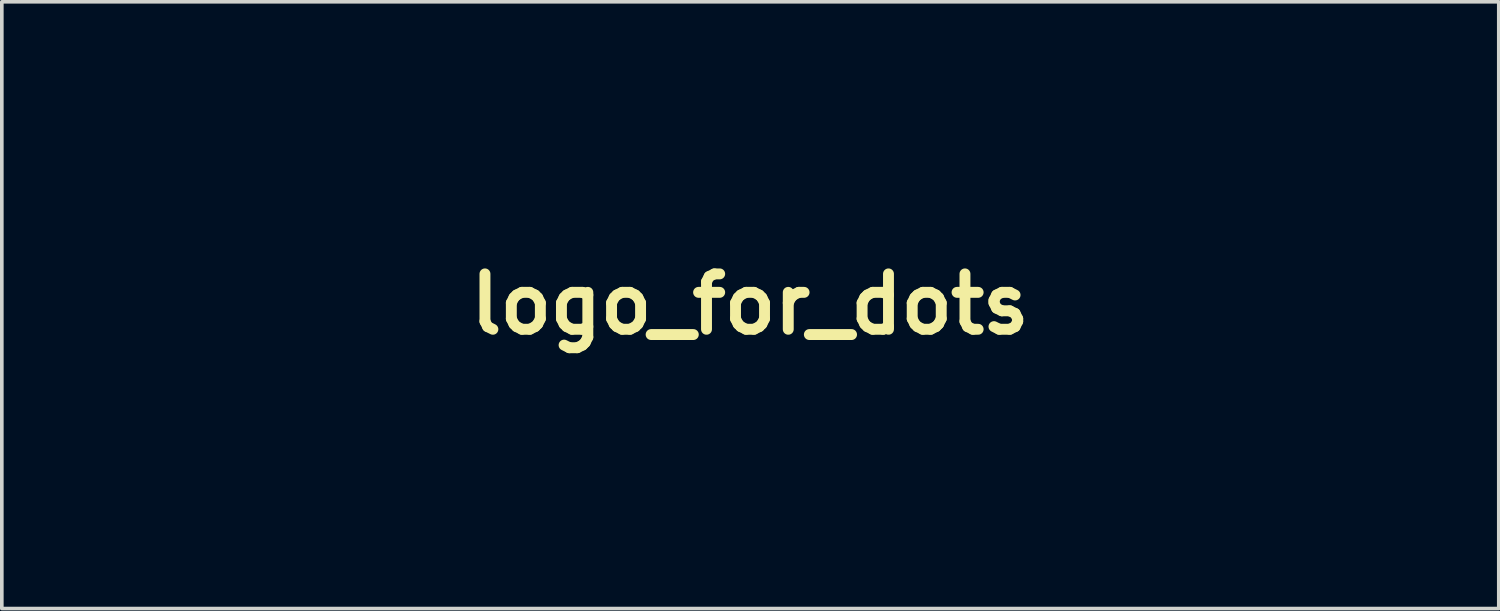
<source format=kicad_pcb>
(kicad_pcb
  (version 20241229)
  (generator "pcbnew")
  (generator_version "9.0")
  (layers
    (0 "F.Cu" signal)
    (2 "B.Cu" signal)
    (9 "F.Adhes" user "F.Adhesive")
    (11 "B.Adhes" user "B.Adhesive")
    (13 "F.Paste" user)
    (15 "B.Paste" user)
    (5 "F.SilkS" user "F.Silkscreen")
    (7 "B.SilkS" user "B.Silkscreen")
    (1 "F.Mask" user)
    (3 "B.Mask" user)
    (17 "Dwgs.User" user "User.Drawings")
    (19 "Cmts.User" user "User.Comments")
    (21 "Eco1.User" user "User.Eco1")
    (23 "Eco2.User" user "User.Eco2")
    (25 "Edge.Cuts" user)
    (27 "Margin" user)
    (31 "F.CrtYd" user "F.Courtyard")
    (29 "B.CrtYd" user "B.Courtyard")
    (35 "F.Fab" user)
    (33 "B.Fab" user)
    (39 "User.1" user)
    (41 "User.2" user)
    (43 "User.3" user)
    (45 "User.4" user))
  (footprint "logo_for_dots"
    (layer "F.Cu")
    (at 17.588 5.321)
    (property "Reference" "logo_for_dots" (at 0 0 0) (layer "F.SilkS") (effects (font (size 1.524 1.524) (thickness 0.3))))
    (attr through_hole)
    (fp_poly (pts (xy -8.178 -3.71) (xy -8.085 -3.615) (xy -7.986 -3.483) (xy -7.914 -3.363) (xy -7.791 -3.129) (xy -7.86 -2.989) (xy -7.901 -2.912) (xy -7.943 -2.869) (xy -8.008 -2.848) (xy -8.119 -2.839) (xy -8.153 -2.838) (xy -8.378 -2.827) (xy -8.67 -3.125) (xy -8.801 -3.262) (xy -8.888 -3.362) (xy -8.937 -3.438) (xy -8.959 -3.5) (xy -8.963 -3.54) (xy -8.951 -3.629) (xy -8.91 -3.691) (xy -8.826 -3.735) (xy -8.687 -3.769) (xy -8.586 -3.785) (xy -8.318 -3.823) (xy -8.178 -3.71)) (stroke (width 0.01) (type solid)) (fill yes) (layer "F.Mask"))
    (fp_poly (pts (xy -7.18 -4.927) (xy -7.057 -4.883) (xy -6.938 -4.824) (xy -6.846 -4.76) (xy -6.803 -4.704) (xy -6.781 -4.626) (xy -6.746 -4.51) (xy -6.721 -4.433) (xy -6.66 -4.24) (xy -6.75 -4.171) (xy -6.908 -4.081) (xy -7.057 -4.056) (xy -7.114 -4.065) (xy -7.218 -4.101) (xy -7.284 -4.131) (xy -7.344 -4.191) (xy -7.412 -4.297) (xy -7.476 -4.428) (xy -7.524 -4.558) (xy -7.547 -4.666) (xy -7.547 -4.679) (xy -7.516 -4.784) (xy -7.438 -4.877) (xy -7.337 -4.935) (xy -7.285 -4.944) (xy -7.18 -4.927)) (stroke (width 0.01) (type solid)) (fill yes) (layer "F.Mask"))
    (fp_poly (pts (xy -3.272 -4.236) (xy -3.168 -4.206) (xy -3.123 -4.15) (xy -3.137 -4.067) (xy -3.211 -3.951) (xy -3.344 -3.799) (xy -3.438 -3.703) (xy -3.601 -3.547) (xy -3.73 -3.44) (xy -3.834 -3.374) (xy -3.905 -3.345) (xy -4.089 -3.307) (xy -4.218 -3.314) (xy -4.274 -3.346) (xy -4.303 -3.409) (xy -4.318 -3.507) (xy -4.318 -3.524) (xy -4.314 -3.585) (xy -4.295 -3.64) (xy -4.253 -3.701) (xy -4.178 -3.78) (xy -4.061 -3.889) (xy -3.991 -3.952) (xy -3.664 -4.245) (xy -3.436 -4.245) (xy -3.272 -4.236)) (stroke (width 0.01) (type solid)) (fill yes) (layer "F.Mask"))
    (fp_poly (pts (xy -4.341 -0.307) (xy -4.167 -0.255) (xy -3.998 -0.178) (xy -3.85 -0.086) (xy -3.737 0.015) (xy -3.674 0.114) (xy -3.665 0.161) (xy -3.698 0.262) (xy -3.787 0.355) (xy -3.913 0.427) (xy -4.06 0.467) (xy -4.127 0.472) (xy -4.207 0.464) (xy -4.288 0.434) (xy -4.386 0.373) (xy -4.52 0.272) (xy -4.53 0.264) (xy -4.648 0.164) (xy -4.744 0.071) (xy -4.802 -0.001) (xy -4.812 -0.022) (xy -4.81 -0.108) (xy -4.776 -0.208) (xy -4.774 -0.214) (xy -4.735 -0.278) (xy -4.69 -0.312) (xy -4.614 -0.324) (xy -4.508 -0.326) (xy -4.341 -0.307)) (stroke (width 0.01) (type solid)) (fill yes) (layer "F.Mask"))
    (fp_poly (pts (xy -8.215 -1.738) (xy -8.201 -1.731) (xy -8.118 -1.664) (xy -8.105 -1.578) (xy -8.161 -1.473) (xy -8.225 -1.403) (xy -8.306 -1.328) (xy -8.366 -1.28) (xy -8.385 -1.27) (xy -8.424 -1.251) (xy -8.507 -1.202) (xy -8.619 -1.131) (xy -8.656 -1.107) (xy -8.789 -1.023) (xy -8.889 -0.974) (xy -8.98 -0.95) (xy -9.087 -0.944) (xy -9.109 -0.943) (xy -9.248 -0.951) (xy -9.335 -0.979) (xy -9.374 -1.01) (xy -9.424 -1.086) (xy -9.421 -1.159) (xy -9.362 -1.246) (xy -9.298 -1.31) (xy -9.048 -1.52) (xy -8.811 -1.669) (xy -8.59 -1.756) (xy -8.39 -1.779) (xy -8.215 -1.738)) (stroke (width 0.01) (type solid)) (fill yes) (layer "F.Mask"))
    (fp_poly (pts (xy -3.729 -1.95) (xy -3.591 -1.926) (xy -3.437 -1.894) (xy -3.292 -1.857) (xy -3.178 -1.822) (xy -3.125 -1.799) (xy -3.092 -1.741) (xy -3.086 -1.645) (xy -3.107 -1.539) (xy -3.151 -1.45) (xy -3.152 -1.448) (xy -3.201 -1.401) (xy -3.266 -1.374) (xy -3.368 -1.361) (xy -3.47 -1.356) (xy -3.626 -1.359) (xy -3.777 -1.373) (xy -3.873 -1.392) (xy -3.989 -1.437) (xy -4.086 -1.496) (xy -4.104 -1.512) (xy -4.152 -1.569) (xy -4.162 -1.627) (xy -4.14 -1.718) (xy -4.137 -1.729) (xy -4.079 -1.86) (xy -3.997 -1.932) (xy -3.874 -1.958) (xy -3.83 -1.959) (xy -3.729 -1.95)) (stroke (width 0.01) (type solid)) (fill yes) (layer "F.Mask"))
    (fp_poly (pts (xy -7.531 -0.67) (xy -7.46 -0.641) (xy -7.382 -0.575) (xy -7.347 -0.504) (xy -7.358 -0.422) (xy -7.418 -0.321) (xy -7.53 -0.195) (xy -7.698 -0.039) (xy -7.809 0.057) (xy -7.948 0.173) (xy -8.046 0.25) (xy -8.121 0.296) (xy -8.187 0.318) (xy -8.26 0.326) (xy -8.319 0.327) (xy -8.463 0.314) (xy -8.572 0.281) (xy -8.592 0.27) (xy -8.658 0.205) (xy -8.676 0.129) (xy -8.644 0.036) (xy -8.559 -0.083) (xy -8.417 -0.235) (xy -8.391 -0.26) (xy -8.263 -0.381) (xy -8.14 -0.488) (xy -8.04 -0.566) (xy -7.993 -0.596) (xy -7.832 -0.655) (xy -7.671 -0.68) (xy -7.531 -0.67)) (stroke (width 0.01) (type solid)) (fill yes) (layer "F.Mask"))
    (fp_poly (pts (xy -5.178 -5.304) (xy -5.11 -5.262) (xy -5.086 -5.178) (xy -5.102 -5.042) (xy -5.111 -4.998) (xy -5.186 -4.768) (xy -5.298 -4.567) (xy -5.437 -4.41) (xy -5.552 -4.33) (xy -5.681 -4.271) (xy -5.772 -4.251) (xy -5.848 -4.267) (xy -5.906 -4.302) (xy -5.954 -4.36) (xy -5.983 -4.44) (xy -5.991 -4.517) (xy -5.972 -4.566) (xy -5.954 -4.572) (xy -5.922 -4.603) (xy -5.897 -4.672) (xy -5.865 -4.744) (xy -5.799 -4.854) (xy -5.71 -4.983) (xy -5.664 -5.044) (xy -5.565 -5.17) (xy -5.495 -5.25) (xy -5.439 -5.294) (xy -5.382 -5.312) (xy -5.311 -5.316) (xy -5.298 -5.316) (xy -5.178 -5.304)) (stroke (width 0.01) (type solid)) (fill yes) (layer "F.Mask"))
    (fp_poly (pts (xy -6.407 0.786) (xy -6.321 0.836) (xy -6.254 0.925) (xy -6.22 1.008) (xy -6.196 1.098) (xy -6.159 1.223) (xy -6.133 1.306) (xy -6.101 1.439) (xy -6.071 1.631) (xy -6.044 1.868) (xy -6.022 2.135) (xy -6.004 2.42) (xy -5.993 2.707) (xy -5.989 2.984) (xy -5.992 3.18) (xy -5.999 3.385) (xy -6.009 3.529) (xy -6.023 3.627) (xy -6.044 3.69) (xy -6.069 3.727) (xy -6.117 3.794) (xy -6.132 3.836) (xy -6.165 3.871) (xy -6.25 3.901) (xy -6.366 3.923) (xy -6.493 3.935) (xy -6.61 3.933) (xy -6.696 3.916) (xy -6.704 3.912) (xy -6.736 3.893) (xy -6.758 3.865) (xy -6.773 3.817) (xy -6.781 3.735) (xy -6.786 3.609) (xy -6.788 3.427) (xy -6.789 3.342) (xy -6.791 3.153) (xy -6.795 2.909) (xy -6.8 2.628) (xy -6.807 2.328) (xy -6.815 2.026) (xy -6.819 1.851) (xy -6.828 1.561) (xy -6.833 1.336) (xy -6.836 1.166) (xy -6.835 1.042) (xy -6.83 0.956) (xy -6.821 0.899) (xy -6.808 0.863) (xy -6.789 0.838) (xy -6.776 0.826) (xy -6.672 0.775) (xy -6.538 0.762) (xy -6.407 0.786)) (stroke (width 0.01) (type solid)) (fill yes) (layer "F.Mask"))
    (fp_poly (pts (xy -5.862 -3.009) (xy -5.654 -2.939) (xy -5.442 -2.81) (xy -5.235 -2.638) (xy -5.101 -2.501) (xy -5.01 -2.368) (xy -4.955 -2.221) (xy -4.928 -2.039) (xy -4.921 -1.832) (xy -4.922 -1.662) (xy -4.929 -1.54) (xy -4.949 -1.442) (xy -4.986 -1.344) (xy -5.044 -1.22) (xy -5.056 -1.197) (xy -5.124 -1.066) (xy -5.184 -0.974) (xy -5.254 -0.901) (xy -5.352 -0.829) (xy -5.486 -0.744) (xy -5.755 -0.597) (xy -5.998 -0.509) (xy -6.227 -0.477) (xy -6.456 -0.499) (xy -6.635 -0.55) (xy -6.776 -0.611) (xy -6.919 -0.691) (xy -7.041 -0.775) (xy -7.118 -0.85) (xy -7.119 -0.851) (xy -7.139 -0.902) (xy -7.168 -1.003) (xy -7.198 -1.125) (xy -7.222 -1.248) (xy -7.233 -1.359) (xy -7.231 -1.483) (xy -7.217 -1.642) (xy -7.204 -1.755) (xy -7.2 -1.776) (xy -6.523 -1.776) (xy -6.511 -1.684) (xy -6.473 -1.574) (xy -6.426 -1.472) (xy -6.371 -1.349) (xy -6.331 -1.249) (xy -6.314 -1.193) (xy -6.314 -1.191) (xy -6.283 -1.117) (xy -6.212 -1.051) (xy -6.128 -1.017) (xy -6.116 -1.016) (xy -6.044 -1.041) (xy -5.955 -1.104) (xy -5.924 -1.134) (xy -5.829 -1.256) (xy -5.74 -1.409) (xy -5.67 -1.569) (xy -5.63 -1.71) (xy -5.625 -1.763) (xy -5.641 -1.855) (xy -5.683 -1.98) (xy -5.732 -2.091) (xy -5.838 -2.266) (xy -5.952 -2.388) (xy -6.067 -2.45) (xy -6.154 -2.452) (xy -6.233 -2.402) (xy -6.321 -2.302) (xy -6.404 -2.17) (xy -6.472 -2.026) (xy -6.512 -1.889) (xy -6.514 -1.878) (xy -6.523 -1.776) (xy -7.2 -1.776) (xy -7.147 -2.076) (xy -7.058 -2.342) (xy -6.933 -2.565) (xy -6.764 -2.758) (xy -6.756 -2.766) (xy -6.643 -2.862) (xy -6.536 -2.925) (xy -6.405 -2.969) (xy -6.322 -2.989) (xy -6.08 -3.024) (xy -5.862 -3.009)) (stroke (width 0.01) (type solid)) (fill yes) (layer "F.Mask"))
    (fp_poly (pts (xy -10.959 -2.278) (xy -10.84 -2.257) (xy -10.8 -2.238) (xy -10.722 -2.187) (xy -10.726 -0.25) (xy -10.728 0.225) (xy -10.731 0.651) (xy -10.736 1.024) (xy -10.742 1.341) (xy -10.749 1.597) (xy -10.758 1.79) (xy -10.767 1.915) (xy -10.771 1.941) (xy -10.782 2.052) (xy -10.793 2.221) (xy -10.801 2.434) (xy -10.807 2.676) (xy -10.811 2.933) (xy -10.811 3.048) (xy -10.811 3.323) (xy -10.809 3.536) (xy -10.805 3.697) (xy -10.798 3.817) (xy -10.787 3.906) (xy -10.772 3.974) (xy -10.752 4.031) (xy -10.74 4.059) (xy -10.697 4.16) (xy -10.672 4.236) (xy -10.668 4.255) (xy -10.65 4.305) (xy -10.602 4.393) (xy -10.555 4.47) (xy -10.442 4.646) (xy -10.337 4.481) (xy -10.279 4.383) (xy -10.241 4.31) (xy -10.233 4.286) (xy -10.215 4.228) (xy -10.168 4.127) (xy -10.102 4.001) (xy -10.028 3.868) (xy -9.955 3.748) (xy -9.893 3.657) (xy -9.871 3.63) (xy -9.77 3.551) (xy -9.648 3.489) (xy -9.628 3.483) (xy -9.518 3.458) (xy -9.43 3.468) (xy -9.349 3.502) (xy -9.262 3.551) (xy -9.225 3.608) (xy -9.217 3.702) (xy -9.217 3.704) (xy -9.222 3.77) (xy -9.241 3.848) (xy -9.276 3.947) (xy -9.333 4.077) (xy -9.415 4.245) (xy -9.526 4.463) (xy -9.612 4.626) (xy -9.755 4.865) (xy -9.912 5.043) (xy -10.096 5.173) (xy -10.324 5.265) (xy -10.524 5.316) (xy -10.724 5.355) (xy -10.869 5.37) (xy -10.977 5.361) (xy -11.064 5.325) (xy -11.146 5.258) (xy -11.192 5.211) (xy -11.311 5.057) (xy -11.431 4.857) (xy -11.542 4.635) (xy -11.629 4.416) (xy -11.681 4.227) (xy -11.692 4.132) (xy -11.701 3.985) (xy -11.71 3.8) (xy -11.716 3.589) (xy -11.72 3.364) (xy -11.723 3.138) (xy -11.723 2.923) (xy -11.723 2.889) (xy -11.635 2.889) (xy -11.63 2.903) (xy -11.597 2.937) (xy -11.591 2.939) (xy -11.576 2.911) (xy -11.575 2.903) (xy -11.603 2.868) (xy -11.614 2.867) (xy -11.635 2.889) (xy -11.723 2.889) (xy -11.721 2.732) (xy -11.717 2.577) (xy -11.71 2.472) (xy -11.701 2.429) (xy -11.696 2.386) (xy -11.69 2.278) (xy -11.683 2.11) (xy -11.676 1.891) (xy -11.669 1.626) (xy -11.661 1.323) (xy -11.654 0.989) (xy -11.648 0.629) (xy -11.645 0.46) (xy -11.636 -0.049) (xy -11.628 -0.49) (xy -11.62 -0.868) (xy -11.61 -1.188) (xy -11.598 -1.455) (xy -11.583 -1.674) (xy -11.564 -1.849) (xy -11.54 -1.986) (xy -11.51 -2.09) (xy -11.473 -2.165) (xy -11.429 -2.216) (xy -11.376 -2.247) (xy -11.314 -2.265) (xy -11.241 -2.274) (xy -11.157 -2.278) (xy -11.141 -2.279) (xy -10.959 -2.278)) (stroke (width 0.01) (type solid)) (fill yes) (layer "F.Mask"))
    (fp_poly (pts (xy 1.206 -0.927) (xy 1.454 -0.873) (xy 1.698 -0.773) (xy 1.916 -0.638) (xy 2.087 -0.479) (xy 2.112 -0.447) (xy 2.223 -0.275) (xy 2.335 -0.057) (xy 2.439 0.186) (xy 2.529 0.436) (xy 2.598 0.676) (xy 2.64 0.885) (xy 2.649 1.004) (xy 2.657 1.121) (xy 2.677 1.273) (xy 2.701 1.404) (xy 2.732 1.578) (xy 2.761 1.775) (xy 2.778 1.916) (xy 2.789 2.056) (xy 2.788 2.142) (xy 2.772 2.194) (xy 2.738 2.23) (xy 2.735 2.232) (xy 2.689 2.271) (xy 2.703 2.283) (xy 2.743 2.285) (xy 2.793 2.297) (xy 2.834 2.337) (xy 2.867 2.413) (xy 2.895 2.533) (xy 2.92 2.703) (xy 2.943 2.932) (xy 2.963 3.175) (xy 2.98 3.4) (xy 2.998 3.609) (xy 3.015 3.786) (xy 3.03 3.919) (xy 3.041 3.991) (xy 3.047 4.175) (xy 2.985 4.337) (xy 2.854 4.476) (xy 2.792 4.519) (xy 2.677 4.577) (xy 2.551 4.604) (xy 2.433 4.608) (xy 2.307 4.605) (xy 2.234 4.589) (xy 2.191 4.556) (xy 2.172 4.527) (xy 2.155 4.462) (xy 2.137 4.339) (xy 2.12 4.169) (xy 2.105 3.967) (xy 2.098 3.846) (xy 2.076 3.451) (xy 2.055 3.121) (xy 2.033 2.847) (xy 2.011 2.623) (xy 1.986 2.44) (xy 1.958 2.291) (xy 1.926 2.167) (xy 1.924 2.159) (xy 1.881 1.993) (xy 1.842 1.795) (xy 1.814 1.608) (xy 1.812 1.597) (xy 1.789 1.429) (xy 1.76 1.268) (xy 1.731 1.142) (xy 1.726 1.125) (xy 1.688 0.993) (xy 1.656 0.865) (xy 1.649 0.835) (xy 1.616 0.727) (xy 1.553 0.576) (xy 1.47 0.403) (xy 1.377 0.224) (xy 1.284 0.061) (xy 1.2 -0.07) (xy 1.149 -0.136) (xy 1.016 -0.229) (xy 0.86 -0.256) (xy 0.689 -0.216) (xy 0.642 -0.194) (xy 0.527 -0.118) (xy 0.393 -0.005) (xy 0.252 0.132) (xy 0.114 0.282) (xy -0.009 0.431) (xy -0.106 0.568) (xy -0.166 0.68) (xy -0.181 0.74) (xy -0.199 0.806) (xy -0.241 0.897) (xy -0.251 0.914) (xy -0.285 0.993) (xy -0.331 1.129) (xy -0.385 1.306) (xy -0.443 1.513) (xy -0.501 1.733) (xy -0.555 1.953) (xy -0.571 2.023) (xy -0.609 2.092) (xy -0.687 2.177) (xy -0.739 2.221) (xy -0.827 2.289) (xy -0.89 2.337) (xy -0.907 2.35) (xy -0.913 2.389) (xy -0.919 2.491) (xy -0.926 2.646) (xy -0.933 2.846) (xy -0.94 3.081) (xy -0.946 3.341) (xy -0.946 3.369) (xy -0.956 3.727) (xy -0.966 4.015) (xy -0.979 4.232) (xy -0.993 4.379) (xy -1.01 4.458) (xy -1.012 4.464) (xy -1.098 4.573) (xy -1.239 4.674) (xy -1.418 4.756) (xy -1.472 4.774) (xy -1.599 4.81) (xy -1.678 4.823) (xy -1.733 4.814) (xy -1.776 4.792) (xy -1.799 4.76) (xy -1.816 4.693) (xy -1.828 4.581) (xy -1.836 4.412) (xy -1.84 4.275) (xy -1.842 4.109) (xy -1.842 3.893) (xy -1.84 3.635) (xy -1.836 3.345) (xy -1.83 3.03) (xy -1.824 2.7) (xy -1.816 2.363) (xy -1.808 2.028) (xy -1.799 1.703) (xy -1.789 1.397) (xy -1.779 1.12) (xy -1.77 0.878) (xy -1.76 0.682) (xy -1.752 0.54) (xy -1.744 0.46) (xy -1.742 0.454) (xy -1.721 0.344) (xy -1.694 0.195) (xy -1.668 0.036) (xy -1.667 0.029) (xy -1.616 -0.205) (xy -1.543 -0.377) (xy -1.441 -0.496) (xy -1.302 -0.569) (xy -1.155 -0.603) (xy -1.025 -0.609) (xy -0.927 -0.581) (xy -0.889 -0.559) (xy -0.78 -0.448) (xy -0.717 -0.299) (xy -0.712 -0.141) (xy -0.713 -0.138) (xy -0.735 -0.018) (xy -0.576 -0.166) (xy -0.405 -0.32) (xy -0.229 -0.47) (xy -0.065 -0.602) (xy 0.073 -0.704) (xy 0.145 -0.751) (xy 0.271 -0.805) (xy 0.447 -0.854) (xy 0.652 -0.894) (xy 0.864 -0.921) (xy 1.062 -0.933) (xy 1.206 -0.927)) (stroke (width 0.01) (type solid)) (fill yes) (layer "F.Mask"))
    (fp_poly (pts (xy 6.301 -3.947) (xy 6.322 -3.943) (xy 6.406 -3.885) (xy 6.477 -3.758) (xy 6.536 -3.564) (xy 6.582 -3.306) (xy 6.604 -3.102) (xy 6.614 -2.958) (xy 6.625 -2.754) (xy 6.636 -2.502) (xy 6.647 -2.216) (xy 6.658 -1.909) (xy 6.667 -1.592) (xy 6.671 -1.431) (xy 6.679 -1.137) (xy 6.687 -0.866) (xy 6.696 -0.627) (xy 6.704 -0.427) (xy 6.713 -0.276) (xy 6.72 -0.182) (xy 6.725 -0.155) (xy 6.761 -0.146) (xy 6.842 -0.164) (xy 6.974 -0.212) (xy 7.16 -0.29) (xy 7.404 -0.399) (xy 7.566 -0.475) (xy 7.717 -0.546) (xy 7.908 -0.636) (xy 8.114 -0.733) (xy 8.29 -0.815) (xy 8.489 -0.913) (xy 8.722 -1.034) (xy 8.963 -1.164) (xy 9.185 -1.289) (xy 9.217 -1.308) (xy 9.409 -1.419) (xy 9.553 -1.498) (xy 9.66 -1.549) (xy 9.744 -1.579) (xy 9.819 -1.593) (xy 9.893 -1.597) (xy 10.048 -1.576) (xy 10.146 -1.517) (xy 10.191 -1.426) (xy 10.183 -1.308) (xy 10.125 -1.17) (xy 10.02 -1.016) (xy 9.868 -0.853) (xy 9.672 -0.687) (xy 9.543 -0.593) (xy 9.433 -0.524) (xy 9.331 -0.47) (xy 9.289 -0.454) (xy 9.19 -0.411) (xy 9.108 -0.363) (xy 9.008 -0.306) (xy 8.926 -0.273) (xy 8.848 -0.242) (xy 8.732 -0.187) (xy 8.618 -0.127) (xy 8.479 -0.056) (xy 8.305 0.028) (xy 8.129 0.108) (xy 8.092 0.124) (xy 7.945 0.19) (xy 7.815 0.253) (xy 7.724 0.304) (xy 7.702 0.319) (xy 7.621 0.381) (xy 7.709 0.57) (xy 7.767 0.674) (xy 7.857 0.816) (xy 7.968 0.976) (xy 8.08 1.127) (xy 8.201 1.283) (xy 8.317 1.433) (xy 8.415 1.561) (xy 8.48 1.645) (xy 8.566 1.766) (xy 8.647 1.894) (xy 8.672 1.937) (xy 8.779 2.118) (xy 8.933 2.352) (xy 9.132 2.639) (xy 9.379 2.979) (xy 9.672 3.374) (xy 9.814 3.562) (xy 9.884 3.667) (xy 9.931 3.762) (xy 9.942 3.809) (xy 9.916 3.878) (xy 9.843 3.976) (xy 9.761 4.064) (xy 9.643 4.169) (xy 9.538 4.233) (xy 9.418 4.273) (xy 9.374 4.283) (xy 9.169 4.307) (xy 9.01 4.281) (xy 8.884 4.202) (xy 8.788 4.078) (xy 8.719 3.969) (xy 8.625 3.829) (xy 8.523 3.684) (xy 8.501 3.653) (xy 8.416 3.535) (xy 8.351 3.438) (xy 8.314 3.379) (xy 8.31 3.369) (xy 8.289 3.326) (xy 8.238 3.26) (xy 8.141 3.14) (xy 8.018 2.981) (xy 7.874 2.792) (xy 7.719 2.583) (xy 7.559 2.364) (xy 7.401 2.146) (xy 7.253 1.939) (xy 7.122 1.752) (xy 7.015 1.596) (xy 6.941 1.481) (xy 6.913 1.433) (xy 6.851 1.327) (xy 6.79 1.238) (xy 6.759 1.2) (xy 6.737 1.191) (xy 6.721 1.22) (xy 6.706 1.298) (xy 6.687 1.434) (xy 6.68 1.492) (xy 6.663 1.697) (xy 6.654 1.962) (xy 6.655 2.274) (xy 6.664 2.621) (xy 6.682 2.989) (xy 6.707 3.367) (xy 6.734 3.679) (xy 6.76 3.958) (xy 6.777 4.175) (xy 6.784 4.339) (xy 6.783 4.459) (xy 6.771 4.546) (xy 6.748 4.609) (xy 6.715 4.657) (xy 6.686 4.686) (xy 6.532 4.813) (xy 6.391 4.892) (xy 6.234 4.936) (xy 6.131 4.95) (xy 6.002 4.962) (xy 5.921 4.959) (xy 5.866 4.936) (xy 5.814 4.889) (xy 5.805 4.88) (xy 5.775 4.846) (xy 5.753 4.809) (xy 5.735 4.759) (xy 5.722 4.685) (xy 5.712 4.578) (xy 5.703 4.427) (xy 5.693 4.223) (xy 5.685 3.998) (xy 5.677 3.799) (xy 5.671 3.596) (xy 5.666 3.384) (xy 5.662 3.157) (xy 5.659 2.91) (xy 5.658 2.638) (xy 5.657 2.335) (xy 5.657 1.996) (xy 5.658 1.616) (xy 5.66 1.188) (xy 5.663 0.708) (xy 5.667 0.17) (xy 5.672 -0.431) (xy 5.677 -0.925) (xy 5.683 -1.489) (xy 5.689 -1.984) (xy 5.697 -2.413) (xy 5.705 -2.779) (xy 5.714 -3.087) (xy 5.725 -3.34) (xy 5.737 -3.54) (xy 5.75 -3.692) (xy 5.766 -3.799) (xy 5.783 -3.864) (xy 5.796 -3.887) (xy 5.851 -3.91) (xy 5.954 -3.93) (xy 6.08 -3.944) (xy 6.204 -3.951) (xy 6.301 -3.947)) (stroke (width 0.01) (type solid)) (fill yes) (layer "F.Mask"))
    (fp_poly (pts (xy 13.196 -4.067) (xy 13.36 -3.971) (xy 13.533 -3.816) (xy 13.61 -3.73) (xy 13.708 -3.618) (xy 13.841 -3.471) (xy 13.993 -3.306) (xy 14.148 -3.14) (xy 14.187 -3.099) (xy 14.348 -2.928) (xy 14.539 -2.724) (xy 14.74 -2.508) (xy 14.933 -2.299) (xy 15.022 -2.203) (xy 15.206 -2.006) (xy 15.346 -1.862) (xy 15.449 -1.767) (xy 15.517 -1.717) (xy 15.555 -1.709) (xy 15.567 -1.739) (xy 15.586 -1.782) (xy 15.637 -1.871) (xy 15.712 -1.991) (xy 15.778 -2.093) (xy 15.876 -2.242) (xy 15.967 -2.383) (xy 16.039 -2.496) (xy 16.067 -2.542) (xy 16.136 -2.644) (xy 16.207 -2.727) (xy 16.219 -2.739) (xy 16.274 -2.81) (xy 16.292 -2.868) (xy 16.318 -2.943) (xy 16.345 -2.974) (xy 16.391 -3.028) (xy 16.455 -3.123) (xy 16.504 -3.205) (xy 16.615 -3.376) (xy 16.751 -3.549) (xy 16.893 -3.702) (xy 17.019 -3.811) (xy 17.101 -3.858) (xy 17.178 -3.866) (xy 17.266 -3.848) (xy 17.437 -3.78) (xy 17.549 -3.686) (xy 17.597 -3.571) (xy 17.599 -3.547) (xy 17.573 -3.356) (xy 17.496 -3.136) (xy 17.365 -2.881) (xy 17.345 -2.848) (xy 17.268 -2.716) (xy 17.192 -2.582) (xy 17.159 -2.522) (xy 17.099 -2.417) (xy 17.017 -2.281) (xy 16.93 -2.142) (xy 16.929 -2.141) (xy 16.853 -2.014) (xy 16.758 -1.843) (xy 16.657 -1.652) (xy 16.565 -1.47) (xy 16.48 -1.298) (xy 16.399 -1.141) (xy 16.332 -1.016) (xy 16.287 -0.939) (xy 16.283 -0.933) (xy 16.222 -0.829) (xy 16.142 -0.671) (xy 16.049 -0.471) (xy 15.949 -0.244) (xy 15.847 -0.003) (xy 15.749 0.239) (xy 15.662 0.468) (xy 15.59 0.67) (xy 15.549 0.798) (xy 15.507 0.918) (xy 15.445 1.077) (xy 15.373 1.248) (xy 15.302 1.407) (xy 15.242 1.526) (xy 15.236 1.538) (xy 15.197 1.618) (xy 15.154 1.723) (xy 15.149 1.737) (xy 15.112 1.831) (xy 15.057 1.968) (xy 14.993 2.122) (xy 14.971 2.176) (xy 14.913 2.314) (xy 14.869 2.428) (xy 14.844 2.5) (xy 14.841 2.515) (xy 14.826 2.557) (xy 14.784 2.653) (xy 14.72 2.79) (xy 14.64 2.959) (xy 14.574 3.097) (xy 14.475 3.301) (xy 14.38 3.503) (xy 14.296 3.684) (xy 14.231 3.827) (xy 14.207 3.883) (xy 14.087 4.155) (xy 13.979 4.366) (xy 13.876 4.522) (xy 13.77 4.631) (xy 13.652 4.701) (xy 13.515 4.739) (xy 13.352 4.752) (xy 13.299 4.752) (xy 13.155 4.738) (xy 13.048 4.692) (xy 13.012 4.665) (xy 12.95 4.607) (xy 12.922 4.55) (xy 12.921 4.465) (xy 12.928 4.397) (xy 12.948 4.277) (xy 12.973 4.179) (xy 12.985 4.148) (xy 13.018 4.081) (xy 13.069 3.973) (xy 13.119 3.864) (xy 13.177 3.743) (xy 13.229 3.643) (xy 13.26 3.592) (xy 13.294 3.526) (xy 13.331 3.42) (xy 13.346 3.365) (xy 13.376 3.276) (xy 13.432 3.136) (xy 13.508 2.961) (xy 13.598 2.764) (xy 13.674 2.603) (xy 13.772 2.398) (xy 13.863 2.199) (xy 13.941 2.023) (xy 13.999 1.884) (xy 14.024 1.814) (xy 14.076 1.675) (xy 14.145 1.51) (xy 14.211 1.371) (xy 14.27 1.244) (xy 14.314 1.138) (xy 14.333 1.072) (xy 14.333 1.068) (xy 14.35 0.995) (xy 14.387 0.913) (xy 14.426 0.834) (xy 14.479 0.713) (xy 14.539 0.565) (xy 14.601 0.409) (xy 14.657 0.259) (xy 14.701 0.134) (xy 14.728 0.049) (xy 14.732 0.026) (xy 14.754 -0.044) (xy 14.764 -0.056) (xy 14.791 -0.102) (xy 14.839 -0.199) (xy 14.901 -0.331) (xy 14.946 -0.433) (xy 15.017 -0.601) (xy 15.055 -0.714) (xy 15.059 -0.784) (xy 15.028 -0.82) (xy 14.963 -0.833) (xy 14.927 -0.834) (xy 14.784 -0.863) (xy 14.633 -0.937) (xy 14.503 -1.038) (xy 14.442 -1.115) (xy 14.366 -1.233) (xy 14.285 -1.345) (xy 14.273 -1.36) (xy 14.21 -1.438) (xy 14.118 -1.552) (xy 14.013 -1.684) (xy 13.967 -1.742) (xy 13.895 -1.831) (xy 13.832 -1.908) (xy 13.771 -1.981) (xy 13.703 -2.058) (xy 13.622 -2.148) (xy 13.521 -2.258) (xy 13.392 -2.396) (xy 13.229 -2.569) (xy 13.023 -2.787) (xy 12.999 -2.813) (xy 12.842 -2.982) (xy 12.696 -3.141) (xy 12.572 -3.281) (xy 12.479 -3.389) (xy 12.427 -3.456) (xy 12.356 -3.603) (xy 12.343 -3.742) (xy 12.388 -3.858) (xy 12.408 -3.88) (xy 12.481 -3.928) (xy 12.602 -3.982) (xy 12.747 -4.034) (xy 12.892 -4.075) (xy 13.014 -4.098) (xy 13.05 -4.1) (xy 13.196 -4.067)) (stroke (width 0.01) (type solid)) (fill yes) (layer "F.Mask"))
    (fp_poly (pts (xy -14.377 -5.162) (xy -14.022 -5.082) (xy -13.688 -4.934) (xy -13.372 -4.716) (xy -13.2 -4.563) (xy -13.078 -4.442) (xy -12.992 -4.344) (xy -12.926 -4.248) (xy -12.867 -4.132) (xy -12.803 -3.976) (xy -12.778 -3.913) (xy -12.717 -3.75) (xy -12.669 -3.607) (xy -12.637 -3.499) (xy -12.627 -3.448) (xy -12.611 -3.362) (xy -12.571 -3.262) (xy -12.571 -3.261) (xy -12.526 -3.127) (xy -12.498 -2.944) (xy -12.489 -2.733) (xy -12.499 -2.517) (xy -12.517 -2.384) (xy -12.549 -2.235) (xy -12.591 -2.082) (xy -12.637 -1.94) (xy -12.681 -1.826) (xy -12.719 -1.756) (xy -12.738 -1.742) (xy -12.751 -1.712) (xy -12.746 -1.655) (xy -12.751 -1.572) (xy -12.781 -1.458) (xy -12.805 -1.396) (xy -12.849 -1.29) (xy -12.876 -1.209) (xy -12.881 -1.183) (xy -12.897 -1.137) (xy -12.94 -1.04) (xy -13.004 -0.901) (xy -13.085 -0.735) (xy -13.134 -0.634) (xy -13.249 -0.411) (xy -13.346 -0.239) (xy -13.435 -0.103) (xy -13.527 0.011) (xy -13.601 0.091) (xy -13.767 0.253) (xy -13.934 0.402) (xy -14.089 0.528) (xy -14.218 0.62) (xy -14.297 0.662) (xy -14.396 0.702) (xy -14.46 0.728) (xy -14.547 0.753) (xy -14.656 0.774) (xy -14.659 0.774) (xy -14.768 0.794) (xy -14.907 0.827) (xy -14.986 0.848) (xy -15.188 0.888) (xy -15.43 0.907) (xy -15.687 0.906) (xy -15.933 0.886) (xy -16.142 0.845) (xy -16.192 0.83) (xy -16.354 0.767) (xy -16.471 0.704) (xy -16.532 0.648) (xy -16.539 0.622) (xy -16.54 0.597) (xy -16.554 0.549) (xy -16.588 0.459) (xy -16.607 0.408) (xy -16.622 0.391) (xy -16.636 0.422) (xy -16.648 0.505) (xy -16.659 0.642) (xy -16.669 0.836) (xy -16.679 1.089) (xy -16.687 1.405) (xy -16.696 1.786) (xy -16.703 2.236) (xy -16.708 2.558) (xy -16.715 3.026) (xy -16.723 3.428) (xy -16.732 3.768) (xy -16.743 4.055) (xy -16.757 4.292) (xy -16.773 4.487) (xy -16.793 4.646) (xy -16.816 4.774) (xy -16.844 4.877) (xy -16.877 4.962) (xy -16.916 5.034) (xy -16.916 5.035) (xy -17.015 5.16) (xy -17.114 5.216) (xy -17.212 5.2) (xy -17.243 5.18) (xy -17.287 5.107) (xy -17.327 4.964) (xy -17.363 4.752) (xy -17.395 4.472) (xy -17.422 4.126) (xy -17.445 3.716) (xy -17.463 3.242) (xy -17.477 2.708) (xy -17.478 2.631) (xy -17.499 1.47) (xy -17.386 1.329) (xy -17.298 1.186) (xy -17.272 1.073) (xy -17.261 0.98) (xy -17.234 0.92) (xy -17.215 0.858) (xy -17.234 0.784) (xy -17.247 0.715) (xy -17.258 0.588) (xy -17.266 0.417) (xy -17.271 0.214) (xy -17.272 0.047) (xy -17.275 -0.207) (xy -17.284 -0.461) (xy -17.298 -0.694) (xy -17.316 -0.884) (xy -17.323 -0.939) (xy -17.349 -1.12) (xy -17.38 -1.342) (xy -17.412 -1.576) (xy -17.436 -1.76) (xy -17.463 -1.961) (xy -17.491 -2.158) (xy -17.516 -2.329) (xy -17.536 -2.449) (xy -17.56 -2.616) (xy -17.578 -2.798) (xy -17.583 -2.883) (xy -17.582 -2.959) (xy -17.04 -2.959) (xy -17.011 -2.813) (xy -17.004 -2.785) (xy -16.952 -2.556) (xy -16.902 -2.281) (xy -16.858 -1.988) (xy -16.824 -1.703) (xy -16.816 -1.62) (xy -16.791 -1.334) (xy -16.546 -1.226) (xy -16.402 -1.155) (xy -16.306 -1.088) (xy -16.241 -1.008) (xy -16.225 -0.981) (xy -16.176 -0.876) (xy -16.149 -0.784) (xy -16.147 -0.764) (xy -16.131 -0.674) (xy -16.098 -0.588) (xy -16.055 -0.479) (xy -16.026 -0.369) (xy -15.986 -0.25) (xy -15.93 -0.146) (xy -15.88 -0.067) (xy -15.857 -0.013) (xy -15.857 -0.01) (xy -15.827 0.049) (xy -15.751 0.124) (xy -15.649 0.198) (xy -15.54 0.257) (xy -15.483 0.278) (xy -15.325 0.313) (xy -15.194 0.32) (xy -15.051 0.299) (xy -15.014 0.291) (xy -14.889 0.263) (xy -14.773 0.238) (xy -14.753 0.234) (xy -14.672 0.195) (xy -14.559 0.109) (xy -14.428 -0.01) (xy -14.288 -0.153) (xy -14.154 -0.306) (xy -14.035 -0.457) (xy -13.989 -0.524) (xy -13.891 -0.694) (xy -13.782 -0.914) (xy -13.671 -1.166) (xy -13.565 -1.431) (xy -13.473 -1.688) (xy -13.407 -1.905) (xy -13.361 -2.071) (xy -13.317 -2.229) (xy -13.282 -2.354) (xy -13.274 -2.385) (xy -13.254 -2.472) (xy -13.251 -2.554) (xy -13.266 -2.657) (xy -13.301 -2.8) (xy -13.312 -2.839) (xy -13.358 -3.011) (xy -13.404 -3.188) (xy -13.44 -3.335) (xy -13.443 -3.35) (xy -13.485 -3.491) (xy -13.547 -3.661) (xy -13.616 -3.821) (xy -13.617 -3.822) (xy -13.679 -3.947) (xy -13.739 -4.041) (xy -13.813 -4.122) (xy -13.917 -4.209) (xy -14.046 -4.304) (xy -14.23 -4.436) (xy -14.37 -4.53) (xy -14.478 -4.59) (xy -14.568 -4.622) (xy -14.652 -4.63) (xy -14.744 -4.621) (xy -14.819 -4.606) (xy -14.955 -4.57) (xy -15.126 -4.513) (xy -15.304 -4.445) (xy -15.367 -4.418) (xy -15.521 -4.353) (xy -15.662 -4.297) (xy -15.769 -4.258) (xy -15.803 -4.248) (xy -15.911 -4.214) (xy -15.991 -4.179) (xy -16.092 -4.145) (xy -16.163 -4.137) (xy -16.258 -4.113) (xy -16.314 -4.073) (xy -16.381 -3.986) (xy -16.469 -3.853) (xy -16.568 -3.694) (xy -16.665 -3.525) (xy -16.731 -3.4) (xy -16.818 -3.258) (xy -16.9 -3.172) (xy -16.929 -3.156) (xy -17.002 -3.116) (xy -17.038 -3.055) (xy -17.04 -2.959) (xy -17.582 -2.959) (xy -17.582 -3.018) (xy -17.563 -3.112) (xy -17.518 -3.193) (xy -17.499 -3.219) (xy -17.432 -3.336) (xy -17.384 -3.471) (xy -17.378 -3.499) (xy -17.307 -3.731) (xy -17.189 -3.96) (xy -17.036 -4.166) (xy -16.862 -4.33) (xy -16.741 -4.408) (xy -16.616 -4.481) (xy -16.495 -4.568) (xy -16.482 -4.58) (xy -16.393 -4.643) (xy -16.318 -4.678) (xy -16.301 -4.681) (xy -16.243 -4.695) (xy -16.136 -4.734) (xy -16 -4.791) (xy -15.912 -4.83) (xy -15.704 -4.925) (xy -15.55 -4.994) (xy -15.436 -5.042) (xy -15.352 -5.075) (xy -15.285 -5.097) (xy -15.222 -5.112) (xy -15.167 -5.124) (xy -14.758 -5.176) (xy -14.377 -5.162)) (stroke (width 0.01) (type solid)) (fill yes) (layer "F.Mask")))
  (gr_rect
    (start -3 -3)
    (end 38.191 13.696)
    (stroke (width 0.1) (type default))
    (fill no)
    (layer "Edge.Cuts")))
</source>
